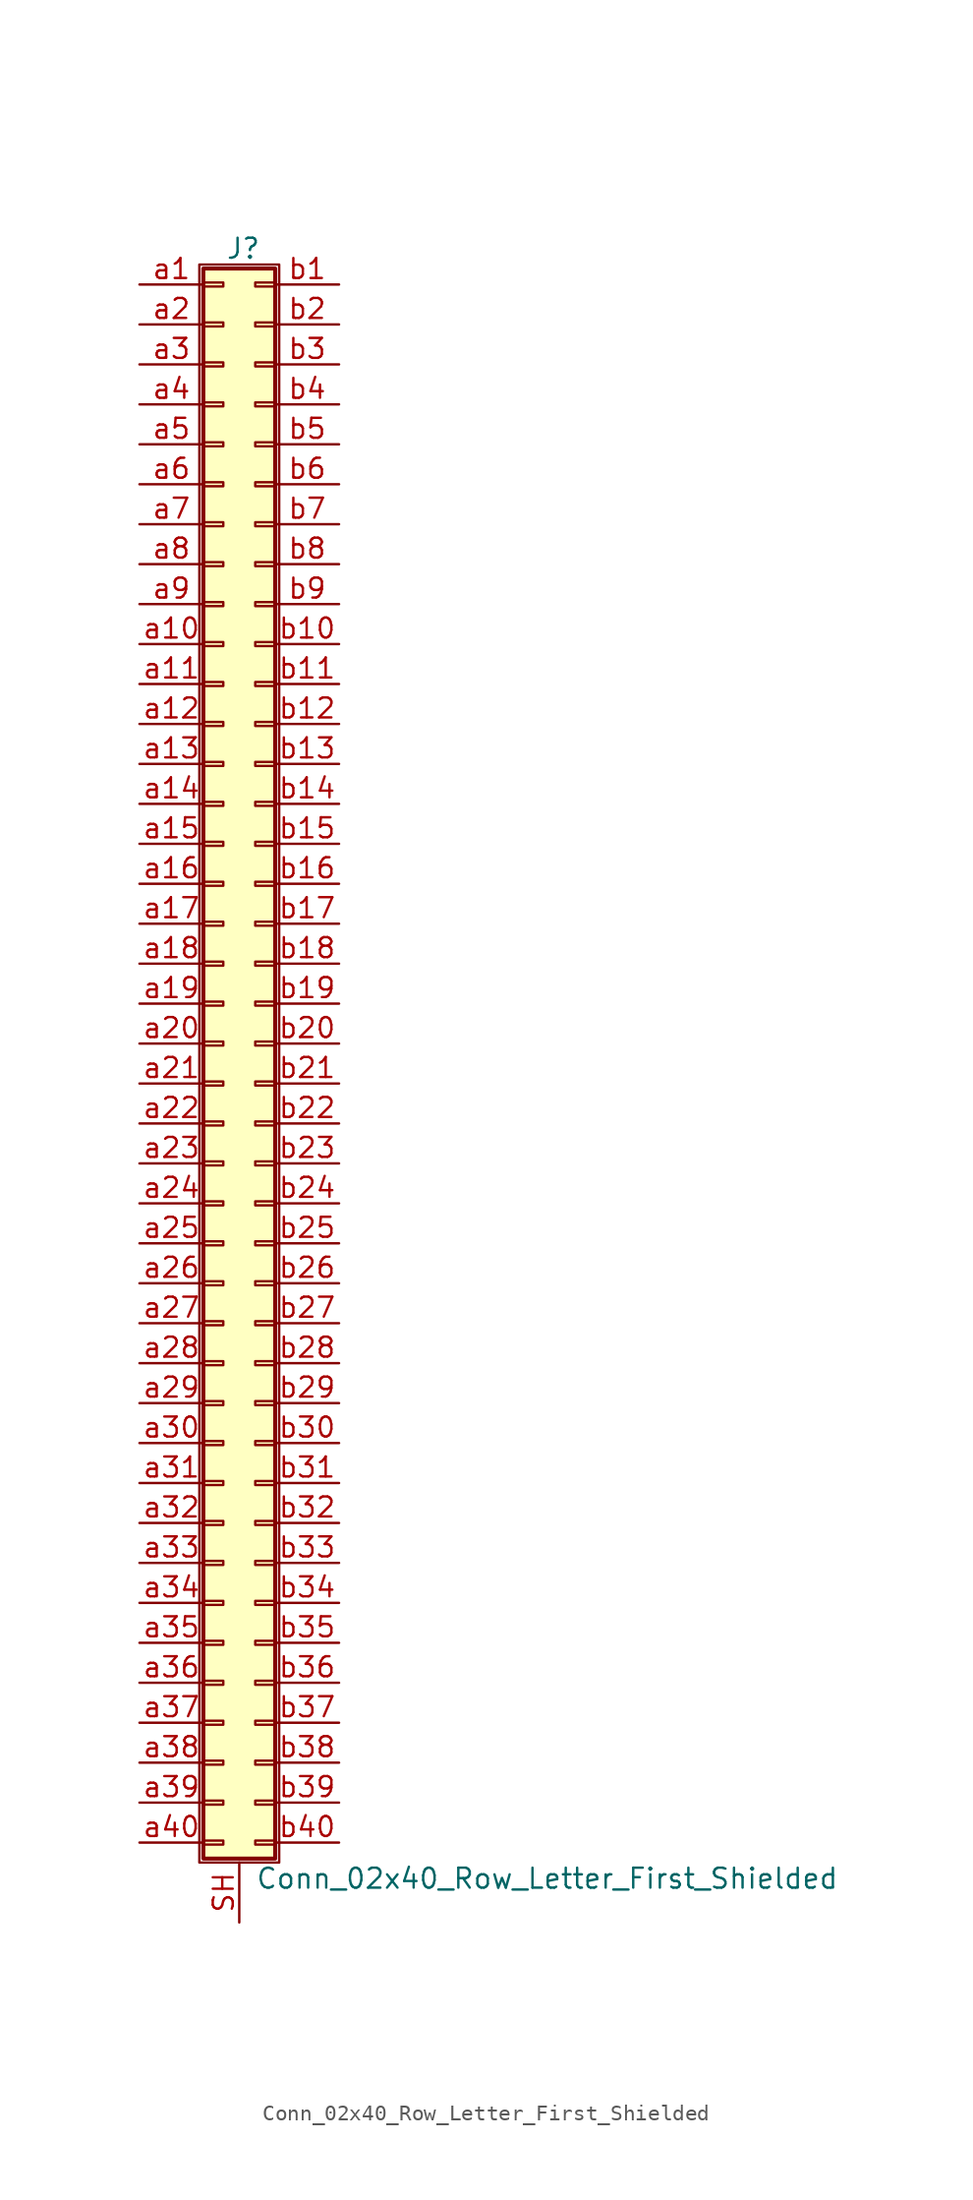
<source format=kicad_sym>
(kicad_symbol_lib
  (version 20211014)
  (generator kicad_symbol_editor)
  (symbol "Conn_02x40_Row_Letter_First_Shielded"
    (pin_names
      (offset 1.016) hide)
    (property "Reference" "J"
      (at 1.524 50.546 0)
      (effects (font (size 1.27 1.27))))
    (property "Value" "Conn_02x40_Row_Letter_First_Shielded"
      (at 2.286 -53.086 0)
      (effects (font (size 1.27 1.27)) (justify left)))
    (symbol "Conn_02x40_Row_Letter_First_Shielded_1_1"
      (rectangle (start -1.27 49.53) (end 3.81 -52.07) (stroke (width 0.152) (type default) (color 0 0 0 0)) (fill (type none)))
      (rectangle (start -1.016 -50.673) (end 0.254 -50.927) (stroke (width 0.152) (type default) (color 0 0 0 0)) (fill (type none)))
      (rectangle (start -1.016 -48.133) (end 0.254 -48.387) (stroke (width 0.152) (type default) (color 0 0 0 0)) (fill (type none)))
      (rectangle (start -1.016 -45.593) (end 0.254 -45.847) (stroke (width 0.152) (type default) (color 0 0 0 0)) (fill (type none)))
      (rectangle (start -1.016 -43.053) (end 0.254 -43.307) (stroke (width 0.152) (type default) (color 0 0 0 0)) (fill (type none)))
      (rectangle (start -1.016 -40.513) (end 0.254 -40.767) (stroke (width 0.152) (type default) (color 0 0 0 0)) (fill (type none)))
      (rectangle (start -1.016 -37.973) (end 0.254 -38.227) (stroke (width 0.152) (type default) (color 0 0 0 0)) (fill (type none)))
      (rectangle (start -1.016 -35.433) (end 0.254 -35.687) (stroke (width 0.152) (type default) (color 0 0 0 0)) (fill (type none)))
      (rectangle (start -1.016 -32.893) (end 0.254 -33.147) (stroke (width 0.152) (type default) (color 0 0 0 0)) (fill (type none)))
      (rectangle (start -1.016 -30.353) (end 0.254 -30.607) (stroke (width 0.152) (type default) (color 0 0 0 0)) (fill (type none)))
      (rectangle (start -1.016 -27.813) (end 0.254 -28.067) (stroke (width 0.152) (type default) (color 0 0 0 0)) (fill (type none)))
      (rectangle (start -1.016 -25.273) (end 0.254 -25.527) (stroke (width 0.152) (type default) (color 0 0 0 0)) (fill (type none)))
      (rectangle (start -1.016 -22.733) (end 0.254 -22.987) (stroke (width 0.152) (type default) (color 0 0 0 0)) (fill (type none)))
      (rectangle (start -1.016 -20.193) (end 0.254 -20.447) (stroke (width 0.152) (type default) (color 0 0 0 0)) (fill (type none)))
      (rectangle (start -1.016 -17.653) (end 0.254 -17.907) (stroke (width 0.152) (type default) (color 0 0 0 0)) (fill (type none)))
      (rectangle (start -1.016 -15.113) (end 0.254 -15.367) (stroke (width 0.152) (type default) (color 0 0 0 0)) (fill (type none)))
      (rectangle (start -1.016 -12.573) (end 0.254 -12.827) (stroke (width 0.152) (type default) (color 0 0 0 0)) (fill (type none)))
      (rectangle (start -1.016 -10.033) (end 0.254 -10.287) (stroke (width 0.152) (type default) (color 0 0 0 0)) (fill (type none)))
      (rectangle (start -1.016 -7.493) (end 0.254 -7.747) (stroke (width 0.152) (type default) (color 0 0 0 0)) (fill (type none)))
      (rectangle (start -1.016 -4.953) (end 0.254 -5.207) (stroke (width 0.152) (type default) (color 0 0 0 0)) (fill (type none)))
      (rectangle (start -1.016 -2.413) (end 0.254 -2.667) (stroke (width 0.152) (type default) (color 0 0 0 0)) (fill (type none)))
      (rectangle (start -1.016 0.127) (end 0.254 -0.127) (stroke (width 0.152) (type default) (color 0 0 0 0)) (fill (type none)))
      (rectangle (start -1.016 2.667) (end 0.254 2.413) (stroke (width 0.152) (type default) (color 0 0 0 0)) (fill (type none)))
      (rectangle (start -1.016 5.207) (end 0.254 4.953) (stroke (width 0.152) (type default) (color 0 0 0 0)) (fill (type none)))
      (rectangle (start -1.016 7.747) (end 0.254 7.493) (stroke (width 0.152) (type default) (color 0 0 0 0)) (fill (type none)))
      (rectangle (start -1.016 10.287) (end 0.254 10.033) (stroke (width 0.152) (type default) (color 0 0 0 0)) (fill (type none)))
      (rectangle (start -1.016 12.827) (end 0.254 12.573) (stroke (width 0.152) (type default) (color 0 0 0 0)) (fill (type none)))
      (rectangle (start -1.016 15.367) (end 0.254 15.113) (stroke (width 0.152) (type default) (color 0 0 0 0)) (fill (type none)))
      (rectangle (start -1.016 17.907) (end 0.254 17.653) (stroke (width 0.152) (type default) (color 0 0 0 0)) (fill (type none)))
      (rectangle (start -1.016 20.447) (end 0.254 20.193) (stroke (width 0.152) (type default) (color 0 0 0 0)) (fill (type none)))
      (rectangle (start -1.016 22.987) (end 0.254 22.733) (stroke (width 0.152) (type default) (color 0 0 0 0)) (fill (type none)))
      (rectangle (start -1.016 25.527) (end 0.254 25.273) (stroke (width 0.152) (type default) (color 0 0 0 0)) (fill (type none)))
      (rectangle (start -1.016 28.067) (end 0.254 27.813) (stroke (width 0.152) (type default) (color 0 0 0 0)) (fill (type none)))
      (rectangle (start -1.016 30.607) (end 0.254 30.353) (stroke (width 0.152) (type default) (color 0 0 0 0)) (fill (type none)))
      (rectangle (start -1.016 33.147) (end 0.254 32.893) (stroke (width 0.152) (type default) (color 0 0 0 0)) (fill (type none)))
      (rectangle (start -1.016 35.687) (end 0.254 35.433) (stroke (width 0.152) (type default) (color 0 0 0 0)) (fill (type none)))
      (rectangle (start -1.016 38.227) (end 0.254 37.973) (stroke (width 0.152) (type default) (color 0 0 0 0)) (fill (type none)))
      (rectangle (start -1.016 40.767) (end 0.254 40.513) (stroke (width 0.152) (type default) (color 0 0 0 0)) (fill (type none)))
      (rectangle (start -1.016 43.307) (end 0.254 43.053) (stroke (width 0.152) (type default) (color 0 0 0 0)) (fill (type none)))
      (rectangle (start -1.016 45.847) (end 0.254 45.593) (stroke (width 0.152) (type default) (color 0 0 0 0)) (fill (type none)))
      (rectangle (start -1.016 48.387) (end 0.254 48.133) (stroke (width 0.152) (type default) (color 0 0 0 0)) (fill (type none)))
      (rectangle (start -1.016 49.276) (end 3.556 -51.816) (stroke (width 0.254) (type default) (color 0 0 0 0)) (fill (type background)))
      (rectangle (start 3.556 -50.673) (end 2.286 -50.927) (stroke (width 0.152) (type default) (color 0 0 0 0)) (fill (type none)))
      (rectangle (start 3.556 -48.133) (end 2.286 -48.387) (stroke (width 0.152) (type default) (color 0 0 0 0)) (fill (type none)))
      (rectangle (start 3.556 -45.593) (end 2.286 -45.847) (stroke (width 0.152) (type default) (color 0 0 0 0)) (fill (type none)))
      (rectangle (start 3.556 -43.053) (end 2.286 -43.307) (stroke (width 0.152) (type default) (color 0 0 0 0)) (fill (type none)))
      (rectangle (start 3.556 -40.513) (end 2.286 -40.767) (stroke (width 0.152) (type default) (color 0 0 0 0)) (fill (type none)))
      (rectangle (start 3.556 -37.973) (end 2.286 -38.227) (stroke (width 0.152) (type default) (color 0 0 0 0)) (fill (type none)))
      (rectangle (start 3.556 -35.433) (end 2.286 -35.687) (stroke (width 0.152) (type default) (color 0 0 0 0)) (fill (type none)))
      (rectangle (start 3.556 -32.893) (end 2.286 -33.147) (stroke (width 0.152) (type default) (color 0 0 0 0)) (fill (type none)))
      (rectangle (start 3.556 -30.353) (end 2.286 -30.607) (stroke (width 0.152) (type default) (color 0 0 0 0)) (fill (type none)))
      (rectangle (start 3.556 -27.813) (end 2.286 -28.067) (stroke (width 0.152) (type default) (color 0 0 0 0)) (fill (type none)))
      (rectangle (start 3.556 -25.273) (end 2.286 -25.527) (stroke (width 0.152) (type default) (color 0 0 0 0)) (fill (type none)))
      (rectangle (start 3.556 -22.733) (end 2.286 -22.987) (stroke (width 0.152) (type default) (color 0 0 0 0)) (fill (type none)))
      (rectangle (start 3.556 -20.193) (end 2.286 -20.447) (stroke (width 0.152) (type default) (color 0 0 0 0)) (fill (type none)))
      (rectangle (start 3.556 -17.653) (end 2.286 -17.907) (stroke (width 0.152) (type default) (color 0 0 0 0)) (fill (type none)))
      (rectangle (start 3.556 -15.113) (end 2.286 -15.367) (stroke (width 0.152) (type default) (color 0 0 0 0)) (fill (type none)))
      (rectangle (start 3.556 -12.573) (end 2.286 -12.827) (stroke (width 0.152) (type default) (color 0 0 0 0)) (fill (type none)))
      (rectangle (start 3.556 -10.033) (end 2.286 -10.287) (stroke (width 0.152) (type default) (color 0 0 0 0)) (fill (type none)))
      (rectangle (start 3.556 -7.493) (end 2.286 -7.747) (stroke (width 0.152) (type default) (color 0 0 0 0)) (fill (type none)))
      (rectangle (start 3.556 -4.953) (end 2.286 -5.207) (stroke (width 0.152) (type default) (color 0 0 0 0)) (fill (type none)))
      (rectangle (start 3.556 -2.413) (end 2.286 -2.667) (stroke (width 0.152) (type default) (color 0 0 0 0)) (fill (type none)))
      (rectangle (start 3.556 0.127) (end 2.286 -0.127) (stroke (width 0.152) (type default) (color 0 0 0 0)) (fill (type none)))
      (rectangle (start 3.556 2.667) (end 2.286 2.413) (stroke (width 0.152) (type default) (color 0 0 0 0)) (fill (type none)))
      (rectangle (start 3.556 5.207) (end 2.286 4.953) (stroke (width 0.152) (type default) (color 0 0 0 0)) (fill (type none)))
      (rectangle (start 3.556 7.747) (end 2.286 7.493) (stroke (width 0.152) (type default) (color 0 0 0 0)) (fill (type none)))
      (rectangle (start 3.556 10.287) (end 2.286 10.033) (stroke (width 0.152) (type default) (color 0 0 0 0)) (fill (type none)))
      (rectangle (start 3.556 12.827) (end 2.286 12.573) (stroke (width 0.152) (type default) (color 0 0 0 0)) (fill (type none)))
      (rectangle (start 3.556 15.367) (end 2.286 15.113) (stroke (width 0.152) (type default) (color 0 0 0 0)) (fill (type none)))
      (rectangle (start 3.556 17.907) (end 2.286 17.653) (stroke (width 0.152) (type default) (color 0 0 0 0)) (fill (type none)))
      (rectangle (start 3.556 20.447) (end 2.286 20.193) (stroke (width 0.152) (type default) (color 0 0 0 0)) (fill (type none)))
      (rectangle (start 3.556 22.987) (end 2.286 22.733) (stroke (width 0.152) (type default) (color 0 0 0 0)) (fill (type none)))
      (rectangle (start 3.556 25.527) (end 2.286 25.273) (stroke (width 0.152) (type default) (color 0 0 0 0)) (fill (type none)))
      (rectangle (start 3.556 28.067) (end 2.286 27.813) (stroke (width 0.152) (type default) (color 0 0 0 0)) (fill (type none)))
      (rectangle (start 3.556 30.607) (end 2.286 30.353) (stroke (width 0.152) (type default) (color 0 0 0 0)) (fill (type none)))
      (rectangle (start 3.556 33.147) (end 2.286 32.893) (stroke (width 0.152) (type default) (color 0 0 0 0)) (fill (type none)))
      (rectangle (start 3.556 35.687) (end 2.286 35.433) (stroke (width 0.152) (type default) (color 0 0 0 0)) (fill (type none)))
      (rectangle (start 3.556 38.227) (end 2.286 37.973) (stroke (width 0.152) (type default) (color 0 0 0 0)) (fill (type none)))
      (rectangle (start 3.556 40.767) (end 2.286 40.513) (stroke (width 0.152) (type default) (color 0 0 0 0)) (fill (type none)))
      (rectangle (start 3.556 43.307) (end 2.286 43.053) (stroke (width 0.152) (type default) (color 0 0 0 0)) (fill (type none)))
      (rectangle (start 3.556 45.847) (end 2.286 45.593) (stroke (width 0.152) (type default) (color 0 0 0 0)) (fill (type none)))
      (rectangle (start 3.556 48.387) (end 2.286 48.133) (stroke (width 0.152) (type default) (color 0 0 0 0)) (fill (type none)))
      (pin passive line (at 1.27 -55.88 90) (length 3.81) (name "Shield" (effects (font (size 1.27 1.27)))) (number "SH" (effects (font (size 1.27 1.27)))))
      (pin passive line (at -5.08 48.26 0) (length 4.064) (name "Pin_a1" (effects (font (size 1.27 1.27)))) (number "a1" (effects (font (size 1.27 1.27)))))
      (pin passive line (at -5.08 25.4 0) (length 4.064) (name "Pin_a10" (effects (font (size 1.27 1.27)))) (number "a10" (effects (font (size 1.27 1.27)))))
      (pin passive line (at -5.08 22.86 0) (length 4.064) (name "Pin_a11" (effects (font (size 1.27 1.27)))) (number "a11" (effects (font (size 1.27 1.27)))))
      (pin passive line (at -5.08 20.32 0) (length 4.064) (name "Pin_a12" (effects (font (size 1.27 1.27)))) (number "a12" (effects (font (size 1.27 1.27)))))
      (pin passive line (at -5.08 17.78 0) (length 4.064) (name "Pin_a13" (effects (font (size 1.27 1.27)))) (number "a13" (effects (font (size 1.27 1.27)))))
      (pin passive line (at -5.08 15.24 0) (length 4.064) (name "Pin_a14" (effects (font (size 1.27 1.27)))) (number "a14" (effects (font (size 1.27 1.27)))))
      (pin passive line (at -5.08 12.7 0) (length 4.064) (name "Pin_a15" (effects (font (size 1.27 1.27)))) (number "a15" (effects (font (size 1.27 1.27)))))
      (pin passive line (at -5.08 10.16 0) (length 4.064) (name "Pin_a16" (effects (font (size 1.27 1.27)))) (number "a16" (effects (font (size 1.27 1.27)))))
      (pin passive line (at -5.08 7.62 0) (length 4.064) (name "Pin_a17" (effects (font (size 1.27 1.27)))) (number "a17" (effects (font (size 1.27 1.27)))))
      (pin passive line (at -5.08 5.08 0) (length 4.064) (name "Pin_a18" (effects (font (size 1.27 1.27)))) (number "a18" (effects (font (size 1.27 1.27)))))
      (pin passive line (at -5.08 2.54 0) (length 4.064) (name "Pin_a19" (effects (font (size 1.27 1.27)))) (number "a19" (effects (font (size 1.27 1.27)))))
      (pin passive line (at -5.08 45.72 0) (length 4.064) (name "Pin_a2" (effects (font (size 1.27 1.27)))) (number "a2" (effects (font (size 1.27 1.27)))))
      (pin passive line (at -5.08 0 0) (length 4.064) (name "Pin_a20" (effects (font (size 1.27 1.27)))) (number "a20" (effects (font (size 1.27 1.27)))))
      (pin passive line (at -5.08 -2.54 0) (length 4.064) (name "Pin_a21" (effects (font (size 1.27 1.27)))) (number "a21" (effects (font (size 1.27 1.27)))))
      (pin passive line (at -5.08 -5.08 0) (length 4.064) (name "Pin_a22" (effects (font (size 1.27 1.27)))) (number "a22" (effects (font (size 1.27 1.27)))))
      (pin passive line (at -5.08 -7.62 0) (length 4.064) (name "Pin_a23" (effects (font (size 1.27 1.27)))) (number "a23" (effects (font (size 1.27 1.27)))))
      (pin passive line (at -5.08 -10.16 0) (length 4.064) (name "Pin_a24" (effects (font (size 1.27 1.27)))) (number "a24" (effects (font (size 1.27 1.27)))))
      (pin passive line (at -5.08 -12.7 0) (length 4.064) (name "Pin_a25" (effects (font (size 1.27 1.27)))) (number "a25" (effects (font (size 1.27 1.27)))))
      (pin passive line (at -5.08 -15.24 0) (length 4.064) (name "Pin_a26" (effects (font (size 1.27 1.27)))) (number "a26" (effects (font (size 1.27 1.27)))))
      (pin passive line (at -5.08 -17.78 0) (length 4.064) (name "Pin_a27" (effects (font (size 1.27 1.27)))) (number "a27" (effects (font (size 1.27 1.27)))))
      (pin passive line (at -5.08 -20.32 0) (length 4.064) (name "Pin_a28" (effects (font (size 1.27 1.27)))) (number "a28" (effects (font (size 1.27 1.27)))))
      (pin passive line (at -5.08 -22.86 0) (length 4.064) (name "Pin_a29" (effects (font (size 1.27 1.27)))) (number "a29" (effects (font (size 1.27 1.27)))))
      (pin passive line (at -5.08 43.18 0) (length 4.064) (name "Pin_a3" (effects (font (size 1.27 1.27)))) (number "a3" (effects (font (size 1.27 1.27)))))
      (pin passive line (at -5.08 -25.4 0) (length 4.064) (name "Pin_a30" (effects (font (size 1.27 1.27)))) (number "a30" (effects (font (size 1.27 1.27)))))
      (pin passive line (at -5.08 -27.94 0) (length 4.064) (name "Pin_a31" (effects (font (size 1.27 1.27)))) (number "a31" (effects (font (size 1.27 1.27)))))
      (pin passive line (at -5.08 -30.48 0) (length 4.064) (name "Pin_a32" (effects (font (size 1.27 1.27)))) (number "a32" (effects (font (size 1.27 1.27)))))
      (pin passive line (at -5.08 -33.02 0) (length 4.064) (name "Pin_a33" (effects (font (size 1.27 1.27)))) (number "a33" (effects (font (size 1.27 1.27)))))
      (pin passive line (at -5.08 -35.56 0) (length 4.064) (name "Pin_a34" (effects (font (size 1.27 1.27)))) (number "a34" (effects (font (size 1.27 1.27)))))
      (pin passive line (at -5.08 -38.1 0) (length 4.064) (name "Pin_a35" (effects (font (size 1.27 1.27)))) (number "a35" (effects (font (size 1.27 1.27)))))
      (pin passive line (at -5.08 -40.64 0) (length 4.064) (name "Pin_a36" (effects (font (size 1.27 1.27)))) (number "a36" (effects (font (size 1.27 1.27)))))
      (pin passive line (at -5.08 -43.18 0) (length 4.064) (name "Pin_a37" (effects (font (size 1.27 1.27)))) (number "a37" (effects (font (size 1.27 1.27)))))
      (pin passive line (at -5.08 -45.72 0) (length 4.064) (name "Pin_a38" (effects (font (size 1.27 1.27)))) (number "a38" (effects (font (size 1.27 1.27)))))
      (pin passive line (at -5.08 -48.26 0) (length 4.064) (name "Pin_a39" (effects (font (size 1.27 1.27)))) (number "a39" (effects (font (size 1.27 1.27)))))
      (pin passive line (at -5.08 40.64 0) (length 4.064) (name "Pin_a4" (effects (font (size 1.27 1.27)))) (number "a4" (effects (font (size 1.27 1.27)))))
      (pin passive line (at -5.08 -50.8 0) (length 4.064) (name "Pin_a40" (effects (font (size 1.27 1.27)))) (number "a40" (effects (font (size 1.27 1.27)))))
      (pin passive line (at -5.08 38.1 0) (length 4.064) (name "Pin_a5" (effects (font (size 1.27 1.27)))) (number "a5" (effects (font (size 1.27 1.27)))))
      (pin passive line (at -5.08 35.56 0) (length 4.064) (name "Pin_a6" (effects (font (size 1.27 1.27)))) (number "a6" (effects (font (size 1.27 1.27)))))
      (pin passive line (at -5.08 33.02 0) (length 4.064) (name "Pin_a7" (effects (font (size 1.27 1.27)))) (number "a7" (effects (font (size 1.27 1.27)))))
      (pin passive line (at -5.08 30.48 0) (length 4.064) (name "Pin_a8" (effects (font (size 1.27 1.27)))) (number "a8" (effects (font (size 1.27 1.27)))))
      (pin passive line (at -5.08 27.94 0) (length 4.064) (name "Pin_a9" (effects (font (size 1.27 1.27)))) (number "a9" (effects (font (size 1.27 1.27)))))
      (pin passive line (at 7.62 48.26 180) (length 4.064) (name "Pin_b1" (effects (font (size 1.27 1.27)))) (number "b1" (effects (font (size 1.27 1.27)))))
      (pin passive line (at 7.62 25.4 180) (length 4.064) (name "Pin_b10" (effects (font (size 1.27 1.27)))) (number "b10" (effects (font (size 1.27 1.27)))))
      (pin passive line (at 7.62 22.86 180) (length 4.064) (name "Pin_b11" (effects (font (size 1.27 1.27)))) (number "b11" (effects (font (size 1.27 1.27)))))
      (pin passive line (at 7.62 20.32 180) (length 4.064) (name "Pin_b12" (effects (font (size 1.27 1.27)))) (number "b12" (effects (font (size 1.27 1.27)))))
      (pin passive line (at 7.62 17.78 180) (length 4.064) (name "Pin_b13" (effects (font (size 1.27 1.27)))) (number "b13" (effects (font (size 1.27 1.27)))))
      (pin passive line (at 7.62 15.24 180) (length 4.064) (name "Pin_b14" (effects (font (size 1.27 1.27)))) (number "b14" (effects (font (size 1.27 1.27)))))
      (pin passive line (at 7.62 12.7 180) (length 4.064) (name "Pin_b15" (effects (font (size 1.27 1.27)))) (number "b15" (effects (font (size 1.27 1.27)))))
      (pin passive line (at 7.62 10.16 180) (length 4.064) (name "Pin_b16" (effects (font (size 1.27 1.27)))) (number "b16" (effects (font (size 1.27 1.27)))))
      (pin passive line (at 7.62 7.62 180) (length 4.064) (name "Pin_b17" (effects (font (size 1.27 1.27)))) (number "b17" (effects (font (size 1.27 1.27)))))
      (pin passive line (at 7.62 5.08 180) (length 4.064) (name "Pin_b18" (effects (font (size 1.27 1.27)))) (number "b18" (effects (font (size 1.27 1.27)))))
      (pin passive line (at 7.62 2.54 180) (length 4.064) (name "Pin_b19" (effects (font (size 1.27 1.27)))) (number "b19" (effects (font (size 1.27 1.27)))))
      (pin passive line (at 7.62 45.72 180) (length 4.064) (name "Pin_b2" (effects (font (size 1.27 1.27)))) (number "b2" (effects (font (size 1.27 1.27)))))
      (pin passive line (at 7.62 0 180) (length 4.064) (name "Pin_b20" (effects (font (size 1.27 1.27)))) (number "b20" (effects (font (size 1.27 1.27)))))
      (pin passive line (at 7.62 -2.54 180) (length 4.064) (name "Pin_b21" (effects (font (size 1.27 1.27)))) (number "b21" (effects (font (size 1.27 1.27)))))
      (pin passive line (at 7.62 -5.08 180) (length 4.064) (name "Pin_b22" (effects (font (size 1.27 1.27)))) (number "b22" (effects (font (size 1.27 1.27)))))
      (pin passive line (at 7.62 -7.62 180) (length 4.064) (name "Pin_b23" (effects (font (size 1.27 1.27)))) (number "b23" (effects (font (size 1.27 1.27)))))
      (pin passive line (at 7.62 -10.16 180) (length 4.064) (name "Pin_b24" (effects (font (size 1.27 1.27)))) (number "b24" (effects (font (size 1.27 1.27)))))
      (pin passive line (at 7.62 -12.7 180) (length 4.064) (name "Pin_b25" (effects (font (size 1.27 1.27)))) (number "b25" (effects (font (size 1.27 1.27)))))
      (pin passive line (at 7.62 -15.24 180) (length 4.064) (name "Pin_b26" (effects (font (size 1.27 1.27)))) (number "b26" (effects (font (size 1.27 1.27)))))
      (pin passive line (at 7.62 -17.78 180) (length 4.064) (name "Pin_b27" (effects (font (size 1.27 1.27)))) (number "b27" (effects (font (size 1.27 1.27)))))
      (pin passive line (at 7.62 -20.32 180) (length 4.064) (name "Pin_b28" (effects (font (size 1.27 1.27)))) (number "b28" (effects (font (size 1.27 1.27)))))
      (pin passive line (at 7.62 -22.86 180) (length 4.064) (name "Pin_b29" (effects (font (size 1.27 1.27)))) (number "b29" (effects (font (size 1.27 1.27)))))
      (pin passive line (at 7.62 43.18 180) (length 4.064) (name "Pin_b3" (effects (font (size 1.27 1.27)))) (number "b3" (effects (font (size 1.27 1.27)))))
      (pin passive line (at 7.62 -25.4 180) (length 4.064) (name "Pin_b30" (effects (font (size 1.27 1.27)))) (number "b30" (effects (font (size 1.27 1.27)))))
      (pin passive line (at 7.62 -27.94 180) (length 4.064) (name "Pin_b31" (effects (font (size 1.27 1.27)))) (number "b31" (effects (font (size 1.27 1.27)))))
      (pin passive line (at 7.62 -30.48 180) (length 4.064) (name "Pin_b32" (effects (font (size 1.27 1.27)))) (number "b32" (effects (font (size 1.27 1.27)))))
      (pin passive line (at 7.62 -33.02 180) (length 4.064) (name "Pin_b33" (effects (font (size 1.27 1.27)))) (number "b33" (effects (font (size 1.27 1.27)))))
      (pin passive line (at 7.62 -35.56 180) (length 4.064) (name "Pin_b34" (effects (font (size 1.27 1.27)))) (number "b34" (effects (font (size 1.27 1.27)))))
      (pin passive line (at 7.62 -38.1 180) (length 4.064) (name "Pin_b35" (effects (font (size 1.27 1.27)))) (number "b35" (effects (font (size 1.27 1.27)))))
      (pin passive line (at 7.62 -40.64 180) (length 4.064) (name "Pin_b36" (effects (font (size 1.27 1.27)))) (number "b36" (effects (font (size 1.27 1.27)))))
      (pin passive line (at 7.62 -43.18 180) (length 4.064) (name "Pin_b37" (effects (font (size 1.27 1.27)))) (number "b37" (effects (font (size 1.27 1.27)))))
      (pin passive line (at 7.62 -45.72 180) (length 4.064) (name "Pin_b38" (effects (font (size 1.27 1.27)))) (number "b38" (effects (font (size 1.27 1.27)))))
      (pin passive line (at 7.62 -48.26 180) (length 4.064) (name "Pin_b39" (effects (font (size 1.27 1.27)))) (number "b39" (effects (font (size 1.27 1.27)))))
      (pin passive line (at 7.62 40.64 180) (length 4.064) (name "Pin_b4" (effects (font (size 1.27 1.27)))) (number "b4" (effects (font (size 1.27 1.27)))))
      (pin passive line (at 7.62 -50.8 180) (length 4.064) (name "Pin_b40" (effects (font (size 1.27 1.27)))) (number "b40" (effects (font (size 1.27 1.27)))))
      (pin passive line (at 7.62 38.1 180) (length 4.064) (name "Pin_b5" (effects (font (size 1.27 1.27)))) (number "b5" (effects (font (size 1.27 1.27)))))
      (pin passive line (at 7.62 35.56 180) (length 4.064) (name "Pin_b6" (effects (font (size 1.27 1.27)))) (number "b6" (effects (font (size 1.27 1.27)))))
      (pin passive line (at 7.62 33.02 180) (length 4.064) (name "Pin_b7" (effects (font (size 1.27 1.27)))) (number "b7" (effects (font (size 1.27 1.27)))))
      (pin passive line (at 7.62 30.48 180) (length 4.064) (name "Pin_b8" (effects (font (size 1.27 1.27)))) (number "b8" (effects (font (size 1.27 1.27)))))
      (pin passive line (at 7.62 27.94 180) (length 4.064) (name "Pin_b9" (effects (font (size 1.27 1.27)))) (number "b9" (effects (font (size 1.27 1.27))))))))
</source>
